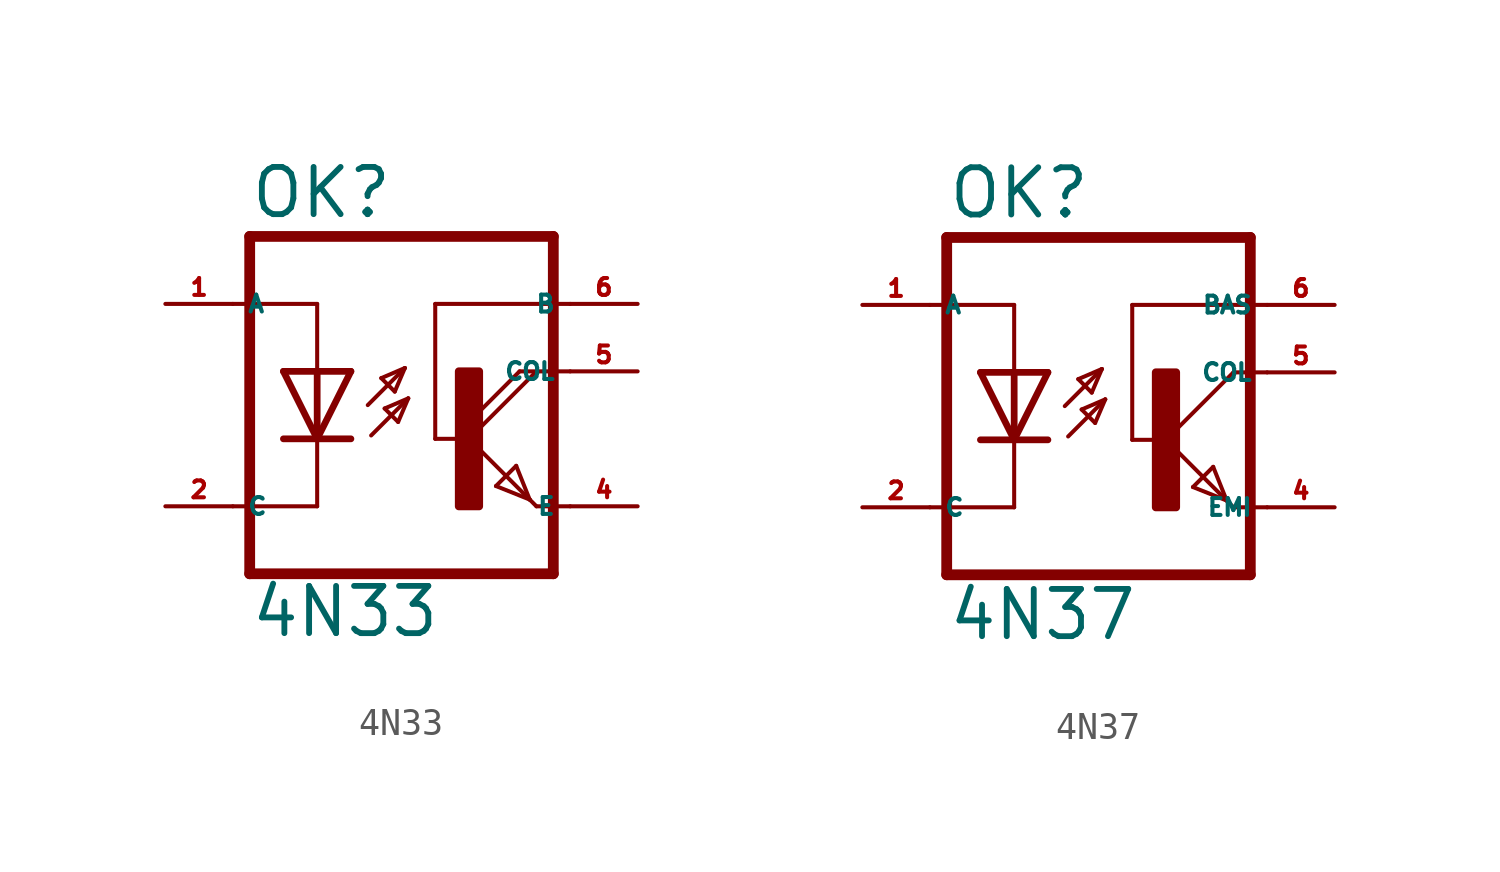
<source format=kicad_sym>
(kicad_symbol_lib
  (version 20220914)
  (generator kicad_symbol_editor)
  (symbol "4N33"
    (property "Reference" "OK"
      (at -7.01 8.23 0)
      (effects (font (size 1.778 1.778) (thickness 0.22)) (justify left bottom)))
    (property "Value" "4N33"
      (at -7.01 -7.544 0)
      (effects (font (size 1.778 1.778) (thickness 0.22)) (justify left bottom)))
    (symbol "4N33_1_1"
      (polyline (pts (xy -7.62 5.08) (xy -4.445 5.08)) (stroke (width 0.152) (type default)) (fill (type none)))
      (polyline (pts (xy -6.985 -5.08) (xy 4.445 -5.08)) (stroke (width 0.406) (type default)) (fill (type none)))
      (polyline (pts (xy -6.985 7.62) (xy -6.985 -5.08)) (stroke (width 0.406) (type default)) (fill (type none)))
      (polyline (pts (xy -6.985 7.62) (xy 4.445 7.62)) (stroke (width 0.406) (type default)) (fill (type none)))
      (polyline (pts (xy -4.445 -2.54) (xy -7.62 -2.54)) (stroke (width 0.152) (type default)) (fill (type none)))
      (polyline (pts (xy -4.445 0) (xy -5.715 0)) (stroke (width 0.254) (type default)) (fill (type none)))
      (polyline (pts (xy -4.445 0) (xy -5.715 2.54)) (stroke (width 0.254) (type default)) (fill (type none)))
      (polyline (pts (xy -4.445 0) (xy -4.445 -2.54)) (stroke (width 0.152) (type default)) (fill (type none)))
      (polyline (pts (xy -4.445 2.54) (xy -5.715 2.54)) (stroke (width 0.254) (type default)) (fill (type none)))
      (polyline (pts (xy -4.445 2.54) (xy -4.445 0)) (stroke (width 0.254) (type default)) (fill (type none)))
      (polyline (pts (xy -4.445 5.08) (xy -4.445 2.54)) (stroke (width 0.152) (type default)) (fill (type none)))
      (polyline (pts (xy -3.175 0) (xy -4.445 0)) (stroke (width 0.254) (type default)) (fill (type none)))
      (polyline (pts (xy -3.175 2.54) (xy -4.445 0)) (stroke (width 0.254) (type default)) (fill (type none)))
      (polyline (pts (xy -3.175 2.54) (xy -4.445 2.54)) (stroke (width 0.254) (type default)) (fill (type none)))
      (polyline (pts (xy -2.54 1.27) (xy -1.143 2.667)) (stroke (width 0.152) (type default)) (fill (type none)))
      (polyline (pts (xy -2.413 0.127) (xy -1.016 1.524)) (stroke (width 0.152) (type default)) (fill (type none)))
      (polyline (pts (xy -2.032 2.286) (xy -1.524 1.778)) (stroke (width 0.152) (type default)) (fill (type none)))
      (polyline (pts (xy -1.905 1.143) (xy -1.397 0.635)) (stroke (width 0.152) (type default)) (fill (type none)))
      (polyline (pts (xy -1.524 1.778) (xy -1.143 2.667)) (stroke (width 0.152) (type default)) (fill (type none)))
      (polyline (pts (xy -1.397 0.635) (xy -1.016 1.524)) (stroke (width 0.152) (type default)) (fill (type none)))
      (polyline (pts (xy -1.143 2.667) (xy -2.032 2.286)) (stroke (width 0.152) (type default)) (fill (type none)))
      (polyline (pts (xy -1.016 1.524) (xy -1.905 1.143)) (stroke (width 0.152) (type default)) (fill (type none)))
      (polyline (pts (xy 0 0) (xy 0 5.08)) (stroke (width 0.152) (type default)) (fill (type none)))
      (polyline (pts (xy 0 5.08) (xy 5.08 5.08)) (stroke (width 0.152) (type default)) (fill (type none)))
      (polyline (pts (xy 1.27 0) (xy 0 0)) (stroke (width 0.152) (type default)) (fill (type none)))
      (polyline (pts (xy 1.27 0) (xy 3.556 -2.286)) (stroke (width 0.152) (type default)) (fill (type none)))
      (polyline (pts (xy 2.286 -1.778) (xy 3.048 -1.016)) (stroke (width 0.152) (type default)) (fill (type none)))
      (polyline (pts (xy 3.048 -1.016) (xy 3.556 -2.286)) (stroke (width 0.152) (type default)) (fill (type none)))
      (polyline (pts (xy 3.175 2.54) (xy 1.27 0.635)) (stroke (width 0.152) (type default)) (fill (type none)))
      (polyline (pts (xy 3.556 -2.286) (xy 2.286 -1.778)) (stroke (width 0.152) (type default)) (fill (type none)))
      (polyline (pts (xy 3.556 -2.286) (xy 3.81 -2.54)) (stroke (width 0.152) (type default)) (fill (type none)))
      (polyline (pts (xy 3.81 -2.54) (xy 5.08 -2.54)) (stroke (width 0.152) (type default)) (fill (type none)))
      (polyline (pts (xy 3.81 2.54) (xy 1.27 0)) (stroke (width 0.152) (type default)) (fill (type none)))
      (polyline (pts (xy 3.81 2.54) (xy 3.175 2.54)) (stroke (width 0.152) (type default)) (fill (type none)))
      (polyline (pts (xy 3.81 2.54) (xy 5.08 2.54)) (stroke (width 0.152) (type default)) (fill (type none)))
      (polyline (pts (xy 4.445 7.62) (xy 4.445 -5.08)) (stroke (width 0.406) (type default)) (fill (type none)))
      (rectangle (start 0.889 -2.54) (end 1.651 2.54) (stroke (width 0.3) (type default)) (fill (type outline)))
      (pin passive line (at -10.16 5.08 0) (length 2.54) (name "A" (effects (font (size 0.635 0.635)))) (number "1" (effects (font (size 0.635 0.635)))))
      (pin passive line (at -10.16 -2.54 0) (length 2.54) (name "C" (effects (font (size 0.635 0.635)))) (number "2" (effects (font (size 0.635 0.635)))))
      (pin passive line (at 7.62 -2.54 180) (length 2.54) (name "E" (effects (font (size 0.635 0.635)))) (number "4" (effects (font (size 0.635 0.635)))))
      (pin passive line (at 7.62 2.54 180) (length 2.54) (name "COL" (effects (font (size 0.635 0.635)))) (number "5" (effects (font (size 0.635 0.635)))))
      (pin passive line (at 7.62 5.08 180) (length 2.54) (name "B" (effects (font (size 0.635 0.635)))) (number "6" (effects (font (size 0.635 0.635)))))))
  (symbol "4N37"
    (property "Reference" "OK"
      (at -6.985 5.715 0)
      (effects (font (size 1.778 1.778) (thickness 0.22)) (justify left bottom)))
    (property "Value" "4N37"
      (at -6.985 -10.16 0)
      (effects (font (size 1.778 1.778) (thickness 0.22)) (justify left bottom)))
    (symbol "4N37_1_1"
      (polyline (pts (xy -7.62 2.54) (xy -4.445 2.54)) (stroke (width 0.152) (type default)) (fill (type none)))
      (polyline (pts (xy -6.985 -7.62) (xy 4.445 -7.62)) (stroke (width 0.406) (type default)) (fill (type none)))
      (polyline (pts (xy -6.985 5.08) (xy -6.985 -7.62)) (stroke (width 0.406) (type default)) (fill (type none)))
      (polyline (pts (xy -6.985 5.08) (xy 4.445 5.08)) (stroke (width 0.406) (type default)) (fill (type none)))
      (polyline (pts (xy -4.445 -5.08) (xy -7.62 -5.08)) (stroke (width 0.152) (type default)) (fill (type none)))
      (polyline (pts (xy -4.445 -2.54) (xy -5.715 -2.54)) (stroke (width 0.254) (type default)) (fill (type none)))
      (polyline (pts (xy -4.445 -2.54) (xy -5.715 0)) (stroke (width 0.254) (type default)) (fill (type none)))
      (polyline (pts (xy -4.445 -2.54) (xy -4.445 -5.08)) (stroke (width 0.152) (type default)) (fill (type none)))
      (polyline (pts (xy -4.445 0) (xy -5.715 0)) (stroke (width 0.254) (type default)) (fill (type none)))
      (polyline (pts (xy -4.445 0) (xy -4.445 -2.54)) (stroke (width 0.254) (type default)) (fill (type none)))
      (polyline (pts (xy -4.445 2.54) (xy -4.445 0)) (stroke (width 0.152) (type default)) (fill (type none)))
      (polyline (pts (xy -3.175 -2.54) (xy -4.445 -2.54)) (stroke (width 0.254) (type default)) (fill (type none)))
      (polyline (pts (xy -3.175 0) (xy -4.445 -2.54)) (stroke (width 0.254) (type default)) (fill (type none)))
      (polyline (pts (xy -3.175 0) (xy -4.445 0)) (stroke (width 0.254) (type default)) (fill (type none)))
      (polyline (pts (xy -2.54 -1.27) (xy -1.143 0.127)) (stroke (width 0.152) (type default)) (fill (type none)))
      (polyline (pts (xy -2.413 -2.413) (xy -1.016 -1.016)) (stroke (width 0.152) (type default)) (fill (type none)))
      (polyline (pts (xy -2.032 -0.254) (xy -1.524 -0.762)) (stroke (width 0.152) (type default)) (fill (type none)))
      (polyline (pts (xy -1.905 -1.397) (xy -1.397 -1.905)) (stroke (width 0.152) (type default)) (fill (type none)))
      (polyline (pts (xy -1.524 -0.762) (xy -1.143 0.127)) (stroke (width 0.152) (type default)) (fill (type none)))
      (polyline (pts (xy -1.397 -1.905) (xy -1.016 -1.016)) (stroke (width 0.152) (type default)) (fill (type none)))
      (polyline (pts (xy -1.143 0.127) (xy -2.032 -0.254)) (stroke (width 0.152) (type default)) (fill (type none)))
      (polyline (pts (xy -1.016 -1.016) (xy -1.905 -1.397)) (stroke (width 0.152) (type default)) (fill (type none)))
      (polyline (pts (xy 0 -2.54) (xy 0 2.54)) (stroke (width 0.152) (type default)) (fill (type none)))
      (polyline (pts (xy 0 -2.54) (xy 1.016 -2.54)) (stroke (width 0.152) (type default)) (fill (type none)))
      (polyline (pts (xy 0 2.54) (xy 5.08 2.54)) (stroke (width 0.152) (type default)) (fill (type none)))
      (polyline (pts (xy 1.27 -2.54) (xy 3.556 -4.826)) (stroke (width 0.152) (type default)) (fill (type none)))
      (polyline (pts (xy 2.286 -4.318) (xy 3.048 -3.556)) (stroke (width 0.152) (type default)) (fill (type none)))
      (polyline (pts (xy 3.048 -3.556) (xy 3.556 -4.826)) (stroke (width 0.152) (type default)) (fill (type none)))
      (polyline (pts (xy 3.556 -4.826) (xy 2.286 -4.318)) (stroke (width 0.152) (type default)) (fill (type none)))
      (polyline (pts (xy 3.556 -4.826) (xy 3.81 -5.08)) (stroke (width 0.152) (type default)) (fill (type none)))
      (polyline (pts (xy 3.81 -5.08) (xy 5.08 -5.08)) (stroke (width 0.152) (type default)) (fill (type none)))
      (polyline (pts (xy 3.81 0) (xy 1.27 -2.54)) (stroke (width 0.152) (type default)) (fill (type none)))
      (polyline (pts (xy 3.81 0) (xy 5.08 0)) (stroke (width 0.152) (type default)) (fill (type none)))
      (polyline (pts (xy 4.445 5.08) (xy 4.445 -7.62)) (stroke (width 0.406) (type default)) (fill (type none)))
      (rectangle (start 0.889 -5.08) (end 1.651 0) (stroke (width 0.3) (type default)) (fill (type outline)))
      (pin passive line (at -10.16 2.54 0) (length 2.54) (name "A" (effects (font (size 0.635 0.635)))) (number "1" (effects (font (size 0.635 0.635)))))
      (pin passive line (at -10.16 -5.08 0) (length 2.54) (name "C" (effects (font (size 0.635 0.635)))) (number "2" (effects (font (size 0.635 0.635)))))
      (pin passive line (at 7.62 -5.08 180) (length 2.54) (name "EMI" (effects (font (size 0.635 0.635)))) (number "4" (effects (font (size 0.635 0.635)))))
      (pin passive line (at 7.62 0 180) (length 2.54) (name "COL" (effects (font (size 0.635 0.635)))) (number "5" (effects (font (size 0.635 0.635)))))
      (pin passive line (at 7.62 2.54 180) (length 2.54) (name "BAS" (effects (font (size 0.635 0.635)))) (number "6" (effects (font (size 0.635 0.635))))))))
</source>
